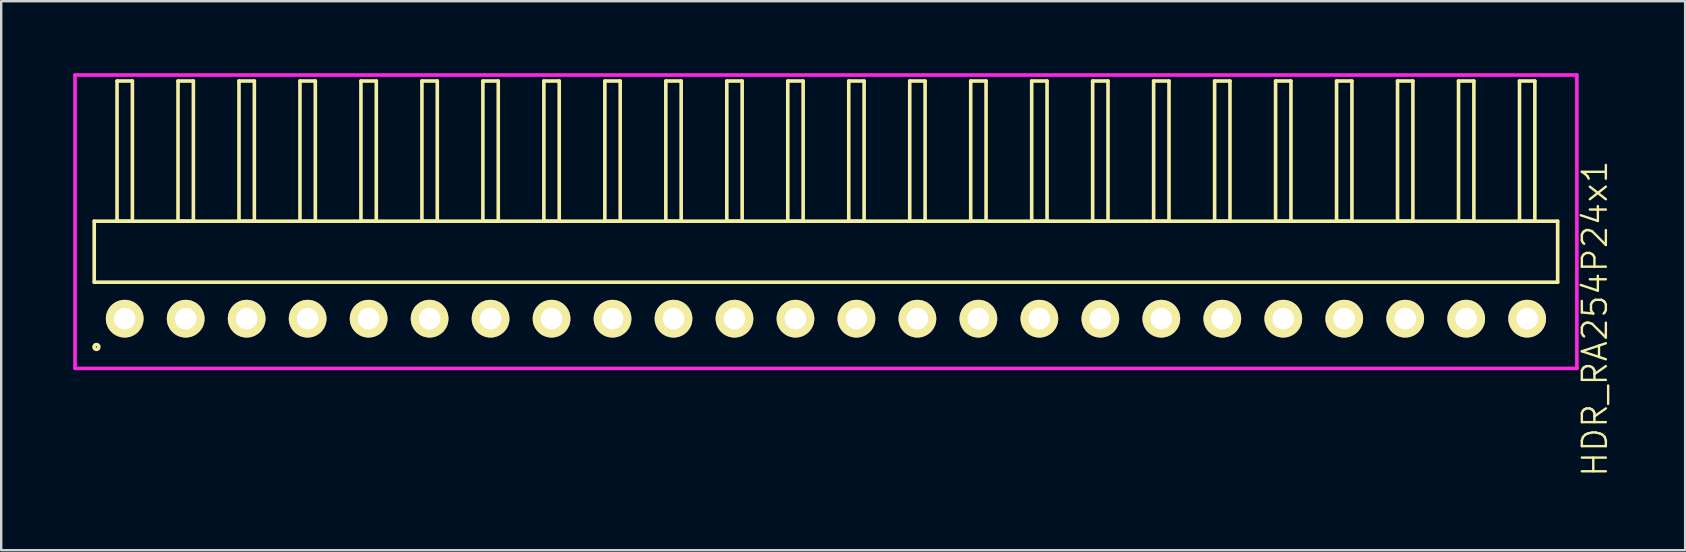
<source format=kicad_pcb>
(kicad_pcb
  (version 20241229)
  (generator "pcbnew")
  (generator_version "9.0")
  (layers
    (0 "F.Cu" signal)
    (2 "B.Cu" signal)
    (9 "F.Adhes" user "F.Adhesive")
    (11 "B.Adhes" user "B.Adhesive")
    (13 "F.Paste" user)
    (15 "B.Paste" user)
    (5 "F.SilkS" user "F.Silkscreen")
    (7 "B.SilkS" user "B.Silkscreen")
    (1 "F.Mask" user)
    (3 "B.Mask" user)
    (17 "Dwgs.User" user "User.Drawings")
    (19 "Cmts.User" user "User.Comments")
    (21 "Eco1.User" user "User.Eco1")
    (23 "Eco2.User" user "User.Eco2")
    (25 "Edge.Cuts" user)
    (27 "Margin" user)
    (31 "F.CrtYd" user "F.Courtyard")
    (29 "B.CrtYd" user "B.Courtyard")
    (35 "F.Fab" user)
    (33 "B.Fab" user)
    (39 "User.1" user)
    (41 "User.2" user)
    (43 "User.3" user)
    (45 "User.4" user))
  (footprint "HDR_RA254P24x1"
    (layer "F.Cu")
    (at 31.355 10.225)
    (property "Reference" "HDR_RA254P24x1" (at 32.03 0 90) (layer "F.SilkS") (effects (font (size 1 1) (thickness 0.1))))
    (attr through_hole)
    (fp_line (start -30.48 -4.06) (end -30.48 -1.52) (stroke (width 0.15) (type solid)) (layer "F.SilkS"))
    (fp_line (start -30.48 -1.52) (end 30.48 -1.52) (stroke (width 0.15) (type solid)) (layer "F.SilkS"))
    (fp_line (start -29.53 -9.9) (end -29.53 -4.06) (stroke (width 0.15) (type solid)) (layer "F.SilkS"))
    (fp_line (start -29.53 -4.06) (end -28.89 -4.06) (stroke (width 0.15) (type solid)) (layer "F.SilkS"))
    (fp_line (start -28.89 -9.9) (end -29.53 -9.9) (stroke (width 0.15) (type solid)) (layer "F.SilkS"))
    (fp_line (start -28.89 -4.06) (end -28.89 -9.9) (stroke (width 0.15) (type solid)) (layer "F.SilkS"))
    (fp_line (start -26.99 -9.9) (end -26.99 -4.06) (stroke (width 0.15) (type solid)) (layer "F.SilkS"))
    (fp_line (start -26.99 -4.06) (end -26.35 -4.06) (stroke (width 0.15) (type solid)) (layer "F.SilkS"))
    (fp_line (start -26.35 -9.9) (end -26.99 -9.9) (stroke (width 0.15) (type solid)) (layer "F.SilkS"))
    (fp_line (start -26.35 -4.06) (end -26.35 -9.9) (stroke (width 0.15) (type solid)) (layer "F.SilkS"))
    (fp_line (start -24.45 -9.9) (end -24.45 -4.06) (stroke (width 0.15) (type solid)) (layer "F.SilkS"))
    (fp_line (start -24.45 -4.06) (end -23.81 -4.06) (stroke (width 0.15) (type solid)) (layer "F.SilkS"))
    (fp_line (start -23.81 -9.9) (end -24.45 -9.9) (stroke (width 0.15) (type solid)) (layer "F.SilkS"))
    (fp_line (start -23.81 -4.06) (end -23.81 -9.9) (stroke (width 0.15) (type solid)) (layer "F.SilkS"))
    (fp_line (start -21.91 -9.9) (end -21.91 -4.06) (stroke (width 0.15) (type solid)) (layer "F.SilkS"))
    (fp_line (start -21.91 -4.06) (end -21.27 -4.06) (stroke (width 0.15) (type solid)) (layer "F.SilkS"))
    (fp_line (start -21.27 -9.9) (end -21.91 -9.9) (stroke (width 0.15) (type solid)) (layer "F.SilkS"))
    (fp_line (start -21.27 -4.06) (end -21.27 -9.9) (stroke (width 0.15) (type solid)) (layer "F.SilkS"))
    (fp_line (start -19.37 -9.9) (end -19.37 -4.06) (stroke (width 0.15) (type solid)) (layer "F.SilkS"))
    (fp_line (start -19.37 -4.06) (end -18.73 -4.06) (stroke (width 0.15) (type solid)) (layer "F.SilkS"))
    (fp_line (start -18.73 -9.9) (end -19.37 -9.9) (stroke (width 0.15) (type solid)) (layer "F.SilkS"))
    (fp_line (start -18.73 -4.06) (end -18.73 -9.9) (stroke (width 0.15) (type solid)) (layer "F.SilkS"))
    (fp_line (start -16.83 -9.9) (end -16.83 -4.06) (stroke (width 0.15) (type solid)) (layer "F.SilkS"))
    (fp_line (start -16.83 -4.06) (end -16.19 -4.06) (stroke (width 0.15) (type solid)) (layer "F.SilkS"))
    (fp_line (start -16.19 -9.9) (end -16.83 -9.9) (stroke (width 0.15) (type solid)) (layer "F.SilkS"))
    (fp_line (start -16.19 -4.06) (end -16.19 -9.9) (stroke (width 0.15) (type solid)) (layer "F.SilkS"))
    (fp_line (start -14.29 -9.9) (end -14.29 -4.06) (stroke (width 0.15) (type solid)) (layer "F.SilkS"))
    (fp_line (start -14.29 -4.06) (end -13.65 -4.06) (stroke (width 0.15) (type solid)) (layer "F.SilkS"))
    (fp_line (start -13.65 -9.9) (end -14.29 -9.9) (stroke (width 0.15) (type solid)) (layer "F.SilkS"))
    (fp_line (start -13.65 -4.06) (end -13.65 -9.9) (stroke (width 0.15) (type solid)) (layer "F.SilkS"))
    (fp_line (start -11.75 -9.9) (end -11.75 -4.06) (stroke (width 0.15) (type solid)) (layer "F.SilkS"))
    (fp_line (start -11.75 -4.06) (end -11.11 -4.06) (stroke (width 0.15) (type solid)) (layer "F.SilkS"))
    (fp_line (start -11.11 -9.9) (end -11.75 -9.9) (stroke (width 0.15) (type solid)) (layer "F.SilkS"))
    (fp_line (start -11.11 -4.06) (end -11.11 -9.9) (stroke (width 0.15) (type solid)) (layer "F.SilkS"))
    (fp_line (start -9.21 -9.9) (end -9.21 -4.06) (stroke (width 0.15) (type solid)) (layer "F.SilkS"))
    (fp_line (start -9.21 -4.06) (end -8.57 -4.06) (stroke (width 0.15) (type solid)) (layer "F.SilkS"))
    (fp_line (start -8.57 -9.9) (end -9.21 -9.9) (stroke (width 0.15) (type solid)) (layer "F.SilkS"))
    (fp_line (start -8.57 -4.06) (end -8.57 -9.9) (stroke (width 0.15) (type solid)) (layer "F.SilkS"))
    (fp_line (start -6.67 -9.9) (end -6.67 -4.06) (stroke (width 0.15) (type solid)) (layer "F.SilkS"))
    (fp_line (start -6.67 -4.06) (end -6.03 -4.06) (stroke (width 0.15) (type solid)) (layer "F.SilkS"))
    (fp_line (start -6.03 -9.9) (end -6.67 -9.9) (stroke (width 0.15) (type solid)) (layer "F.SilkS"))
    (fp_line (start -6.03 -4.06) (end -6.03 -9.9) (stroke (width 0.15) (type solid)) (layer "F.SilkS"))
    (fp_line (start -4.13 -9.9) (end -4.13 -4.06) (stroke (width 0.15) (type solid)) (layer "F.SilkS"))
    (fp_line (start -4.13 -4.06) (end -3.49 -4.06) (stroke (width 0.15) (type solid)) (layer "F.SilkS"))
    (fp_line (start -3.49 -9.9) (end -4.13 -9.9) (stroke (width 0.15) (type solid)) (layer "F.SilkS"))
    (fp_line (start -3.49 -4.06) (end -3.49 -9.9) (stroke (width 0.15) (type solid)) (layer "F.SilkS"))
    (fp_line (start -1.59 -9.9) (end -1.59 -4.06) (stroke (width 0.15) (type solid)) (layer "F.SilkS"))
    (fp_line (start -1.59 -4.06) (end -0.95 -4.06) (stroke (width 0.15) (type solid)) (layer "F.SilkS"))
    (fp_line (start -0.95 -9.9) (end -1.59 -9.9) (stroke (width 0.15) (type solid)) (layer "F.SilkS"))
    (fp_line (start -0.95 -4.06) (end -0.95 -9.9) (stroke (width 0.15) (type solid)) (layer "F.SilkS"))
    (fp_line (start 0.95 -9.9) (end 0.95 -4.06) (stroke (width 0.15) (type solid)) (layer "F.SilkS"))
    (fp_line (start 0.95 -4.06) (end 1.59 -4.06) (stroke (width 0.15) (type solid)) (layer "F.SilkS"))
    (fp_line (start 1.59 -9.9) (end 0.95 -9.9) (stroke (width 0.15) (type solid)) (layer "F.SilkS"))
    (fp_line (start 1.59 -4.06) (end 1.59 -9.9) (stroke (width 0.15) (type solid)) (layer "F.SilkS"))
    (fp_line (start 3.49 -9.9) (end 3.49 -4.06) (stroke (width 0.15) (type solid)) (layer "F.SilkS"))
    (fp_line (start 3.49 -4.06) (end 4.13 -4.06) (stroke (width 0.15) (type solid)) (layer "F.SilkS"))
    (fp_line (start 4.13 -9.9) (end 3.49 -9.9) (stroke (width 0.15) (type solid)) (layer "F.SilkS"))
    (fp_line (start 4.13 -4.06) (end 4.13 -9.9) (stroke (width 0.15) (type solid)) (layer "F.SilkS"))
    (fp_line (start 6.03 -9.9) (end 6.03 -4.06) (stroke (width 0.15) (type solid)) (layer "F.SilkS"))
    (fp_line (start 6.03 -4.06) (end 6.67 -4.06) (stroke (width 0.15) (type solid)) (layer "F.SilkS"))
    (fp_line (start 6.67 -9.9) (end 6.03 -9.9) (stroke (width 0.15) (type solid)) (layer "F.SilkS"))
    (fp_line (start 6.67 -4.06) (end 6.67 -9.9) (stroke (width 0.15) (type solid)) (layer "F.SilkS"))
    (fp_line (start 8.57 -9.9) (end 8.57 -4.06) (stroke (width 0.15) (type solid)) (layer "F.SilkS"))
    (fp_line (start 8.57 -4.06) (end 9.21 -4.06) (stroke (width 0.15) (type solid)) (layer "F.SilkS"))
    (fp_line (start 9.21 -9.9) (end 8.57 -9.9) (stroke (width 0.15) (type solid)) (layer "F.SilkS"))
    (fp_line (start 9.21 -4.06) (end 9.21 -9.9) (stroke (width 0.15) (type solid)) (layer "F.SilkS"))
    (fp_line (start 11.11 -9.9) (end 11.11 -4.06) (stroke (width 0.15) (type solid)) (layer "F.SilkS"))
    (fp_line (start 11.11 -4.06) (end 11.75 -4.06) (stroke (width 0.15) (type solid)) (layer "F.SilkS"))
    (fp_line (start 11.75 -9.9) (end 11.11 -9.9) (stroke (width 0.15) (type solid)) (layer "F.SilkS"))
    (fp_line (start 11.75 -4.06) (end 11.75 -9.9) (stroke (width 0.15) (type solid)) (layer "F.SilkS"))
    (fp_line (start 13.65 -9.9) (end 13.65 -4.06) (stroke (width 0.15) (type solid)) (layer "F.SilkS"))
    (fp_line (start 13.65 -4.06) (end 14.29 -4.06) (stroke (width 0.15) (type solid)) (layer "F.SilkS"))
    (fp_line (start 14.29 -9.9) (end 13.65 -9.9) (stroke (width 0.15) (type solid)) (layer "F.SilkS"))
    (fp_line (start 14.29 -4.06) (end 14.29 -9.9) (stroke (width 0.15) (type solid)) (layer "F.SilkS"))
    (fp_line (start 16.19 -9.9) (end 16.19 -4.06) (stroke (width 0.15) (type solid)) (layer "F.SilkS"))
    (fp_line (start 16.19 -4.06) (end 16.83 -4.06) (stroke (width 0.15) (type solid)) (layer "F.SilkS"))
    (fp_line (start 16.83 -9.9) (end 16.19 -9.9) (stroke (width 0.15) (type solid)) (layer "F.SilkS"))
    (fp_line (start 16.83 -4.06) (end 16.83 -9.9) (stroke (width 0.15) (type solid)) (layer "F.SilkS"))
    (fp_line (start 18.73 -9.9) (end 18.73 -4.06) (stroke (width 0.15) (type solid)) (layer "F.SilkS"))
    (fp_line (start 18.73 -4.06) (end 19.37 -4.06) (stroke (width 0.15) (type solid)) (layer "F.SilkS"))
    (fp_line (start 19.37 -9.9) (end 18.73 -9.9) (stroke (width 0.15) (type solid)) (layer "F.SilkS"))
    (fp_line (start 19.37 -4.06) (end 19.37 -9.9) (stroke (width 0.15) (type solid)) (layer "F.SilkS"))
    (fp_line (start 21.27 -9.9) (end 21.27 -4.06) (stroke (width 0.15) (type solid)) (layer "F.SilkS"))
    (fp_line (start 21.27 -4.06) (end 21.91 -4.06) (stroke (width 0.15) (type solid)) (layer "F.SilkS"))
    (fp_line (start 21.91 -9.9) (end 21.27 -9.9) (stroke (width 0.15) (type solid)) (layer "F.SilkS"))
    (fp_line (start 21.91 -4.06) (end 21.91 -9.9) (stroke (width 0.15) (type solid)) (layer "F.SilkS"))
    (fp_line (start 23.81 -9.9) (end 23.81 -4.06) (stroke (width 0.15) (type solid)) (layer "F.SilkS"))
    (fp_line (start 23.81 -4.06) (end 24.45 -4.06) (stroke (width 0.15) (type solid)) (layer "F.SilkS"))
    (fp_line (start 24.45 -9.9) (end 23.81 -9.9) (stroke (width 0.15) (type solid)) (layer "F.SilkS"))
    (fp_line (start 24.45 -4.06) (end 24.45 -9.9) (stroke (width 0.15) (type solid)) (layer "F.SilkS"))
    (fp_line (start 26.35 -9.9) (end 26.35 -4.06) (stroke (width 0.15) (type solid)) (layer "F.SilkS"))
    (fp_line (start 26.35 -4.06) (end 26.99 -4.06) (stroke (width 0.15) (type solid)) (layer "F.SilkS"))
    (fp_line (start 26.99 -9.9) (end 26.35 -9.9) (stroke (width 0.15) (type solid)) (layer "F.SilkS"))
    (fp_line (start 26.99 -4.06) (end 26.99 -9.9) (stroke (width 0.15) (type solid)) (layer "F.SilkS"))
    (fp_line (start 28.89 -9.9) (end 28.89 -4.06) (stroke (width 0.15) (type solid)) (layer "F.SilkS"))
    (fp_line (start 28.89 -4.06) (end 29.53 -4.06) (stroke (width 0.15) (type solid)) (layer "F.SilkS"))
    (fp_line (start 29.53 -9.9) (end 28.89 -9.9) (stroke (width 0.15) (type solid)) (layer "F.SilkS"))
    (fp_line (start 29.53 -4.06) (end 29.53 -9.9) (stroke (width 0.15) (type solid)) (layer "F.SilkS"))
    (fp_line (start 30.48 -4.06) (end -30.48 -4.06) (stroke (width 0.15) (type solid)) (layer "F.SilkS"))
    (fp_line (start 30.48 -1.52) (end 30.48 -4.06) (stroke (width 0.15) (type solid)) (layer "F.SilkS"))
    (fp_circle (center -30.388 1.178) (end -30.287 1.178) (stroke (width 0.15) (type solid)) (fill no) (layer "F.SilkS"))
    (fp_line (start -31.28 -10.15) (end -31.28 2.07) (stroke (width 0.15) (type solid)) (layer "F.CrtYd"))
    (fp_line (start -31.28 2.07) (end 31.28 2.07) (stroke (width 0.15) (type solid)) (layer "F.CrtYd"))
    (fp_line (start 31.28 -10.15) (end -31.28 -10.15) (stroke (width 0.15) (type solid)) (layer "F.CrtYd"))
    (fp_line (start 31.28 2.07) (end 31.28 -10.15) (stroke (width 0.15) (type solid)) (layer "F.CrtYd"))
    (pad "1" thru_hole oval (at -29.21 0) (size 1.57 1.57) (drill 0.9) (layers "*.Cu" "*.Mask" "F.SilkS"))
    (pad "2" thru_hole oval (at -26.67 0) (size 1.57 1.57) (drill 0.9) (layers "*.Cu" "*.Mask" "F.SilkS"))
    (pad "3" thru_hole oval (at -24.13 0) (size 1.57 1.57) (drill 0.9) (layers "*.Cu" "*.Mask" "F.SilkS"))
    (pad "4" thru_hole oval (at -21.59 0) (size 1.57 1.57) (drill 0.9) (layers "*.Cu" "*.Mask" "F.SilkS"))
    (pad "5" thru_hole oval (at -19.05 0) (size 1.57 1.57) (drill 0.9) (layers "*.Cu" "*.Mask" "F.SilkS"))
    (pad "6" thru_hole oval (at -16.51 0) (size 1.57 1.57) (drill 0.9) (layers "*.Cu" "*.Mask" "F.SilkS"))
    (pad "7" thru_hole oval (at -13.97 0) (size 1.57 1.57) (drill 0.9) (layers "*.Cu" "*.Mask" "F.SilkS"))
    (pad "8" thru_hole oval (at -11.43 0) (size 1.57 1.57) (drill 0.9) (layers "*.Cu" "*.Mask" "F.SilkS"))
    (pad "9" thru_hole oval (at -8.89 0) (size 1.57 1.57) (drill 0.9) (layers "*.Cu" "*.Mask" "F.SilkS"))
    (pad "10" thru_hole oval (at -6.35 0) (size 1.57 1.57) (drill 0.9) (layers "*.Cu" "*.Mask" "F.SilkS"))
    (pad "11" thru_hole oval (at -3.81 0) (size 1.57 1.57) (drill 0.9) (layers "*.Cu" "*.Mask" "F.SilkS"))
    (pad "12" thru_hole oval (at -1.27 0) (size 1.57 1.57) (drill 0.9) (layers "*.Cu" "*.Mask" "F.SilkS"))
    (pad "13" thru_hole oval (at 1.27 0) (size 1.57 1.57) (drill 0.9) (layers "*.Cu" "*.Mask" "F.SilkS"))
    (pad "14" thru_hole oval (at 3.81 0) (size 1.57 1.57) (drill 0.9) (layers "*.Cu" "*.Mask" "F.SilkS"))
    (pad "15" thru_hole oval (at 6.35 0) (size 1.57 1.57) (drill 0.9) (layers "*.Cu" "*.Mask" "F.SilkS"))
    (pad "16" thru_hole oval (at 8.89 0) (size 1.57 1.57) (drill 0.9) (layers "*.Cu" "*.Mask" "F.SilkS"))
    (pad "17" thru_hole oval (at 11.43 0) (size 1.57 1.57) (drill 0.9) (layers "*.Cu" "*.Mask" "F.SilkS"))
    (pad "18" thru_hole oval (at 13.97 0) (size 1.57 1.57) (drill 0.9) (layers "*.Cu" "*.Mask" "F.SilkS"))
    (pad "19" thru_hole oval (at 16.51 0) (size 1.57 1.57) (drill 0.9) (layers "*.Cu" "*.Mask" "F.SilkS"))
    (pad "20" thru_hole oval (at 19.05 0) (size 1.57 1.57) (drill 0.9) (layers "*.Cu" "*.Mask" "F.SilkS"))
    (pad "21" thru_hole oval (at 21.59 0) (size 1.57 1.57) (drill 0.9) (layers "*.Cu" "*.Mask" "F.SilkS"))
    (pad "22" thru_hole oval (at 24.13 0) (size 1.57 1.57) (drill 0.9) (layers "*.Cu" "*.Mask" "F.SilkS"))
    (pad "23" thru_hole oval (at 26.67 0) (size 1.57 1.57) (drill 0.9) (layers "*.Cu" "*.Mask" "F.SilkS"))
    (pad "24" thru_hole oval (at 29.21 0) (size 1.57 1.57) (drill 0.9) (layers "*.Cu" "*.Mask" "F.SilkS")))
  (gr_rect
    (start -3 -3)
    (end 67.145 19.87)
    (stroke (width 0.1) (type default))
    (fill no)
    (layer "Edge.Cuts")))
</source>
